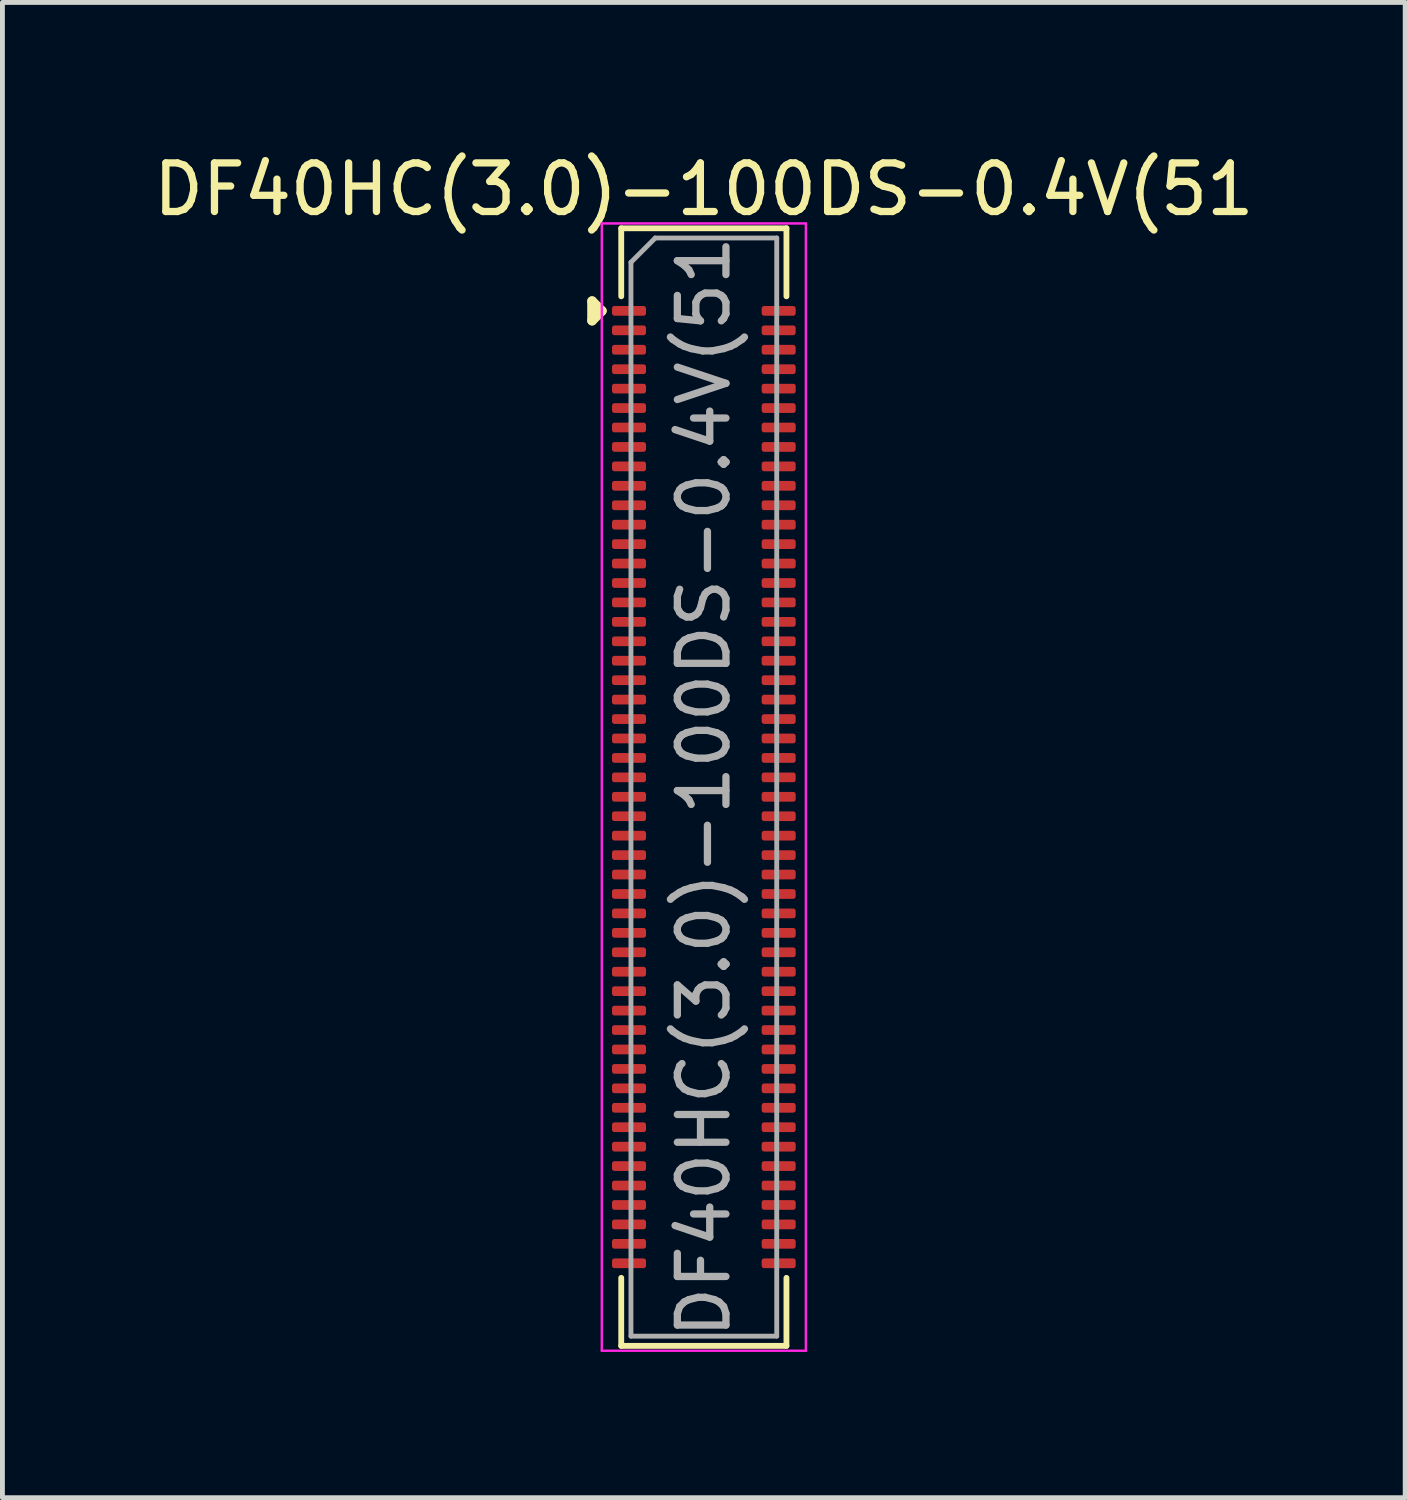
<source format=kicad_pcb>
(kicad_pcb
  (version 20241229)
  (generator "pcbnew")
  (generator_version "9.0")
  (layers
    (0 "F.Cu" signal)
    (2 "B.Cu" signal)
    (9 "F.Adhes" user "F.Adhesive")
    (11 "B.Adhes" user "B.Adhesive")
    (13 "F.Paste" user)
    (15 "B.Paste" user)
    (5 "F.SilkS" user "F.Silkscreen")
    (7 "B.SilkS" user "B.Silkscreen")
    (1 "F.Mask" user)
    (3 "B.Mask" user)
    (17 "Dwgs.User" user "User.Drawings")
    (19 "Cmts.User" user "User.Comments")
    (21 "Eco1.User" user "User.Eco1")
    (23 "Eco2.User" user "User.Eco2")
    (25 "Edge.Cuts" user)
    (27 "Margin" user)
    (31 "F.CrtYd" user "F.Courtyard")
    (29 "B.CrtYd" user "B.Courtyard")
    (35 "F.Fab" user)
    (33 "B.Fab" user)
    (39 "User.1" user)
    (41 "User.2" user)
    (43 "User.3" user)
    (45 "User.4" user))
  (footprint "DF40HC(3.0)-100DS-0.4V(51"
    (layer "F.Cu")
    (at 11.435 13.148)
    (property "Reference" "DF40HC(3.0)-100DS-0.4V(51" (at 0 -12.3 0) (layer "F.SilkS") (effects (font (size 1 1) (thickness 0.15))))
    (attr smd)
    (fp_line (start -2.3 -10) (end -2.1 -9.8) (stroke (width 0.2) (type solid)) (layer "F.SilkS"))
    (fp_line (start -2.3 -9.6) (end -2.3 -10) (stroke (width 0.2) (type solid)) (layer "F.SilkS"))
    (fp_line (start -2.1 -9.8) (end -2.3 -9.6) (stroke (width 0.2) (type solid)) (layer "F.SilkS"))
    (fp_line (start -1.7 -11.5) (end -1.7 -10.1) (stroke (width 0.12) (type solid)) (layer "F.SilkS"))
    (fp_line (start -1.7 -11.5) (end 1.7 -11.5) (stroke (width 0.12) (type solid)) (layer "F.SilkS"))
    (fp_line (start -1.7 10.1) (end -1.7 11.5) (stroke (width 0.12) (type solid)) (layer "F.SilkS"))
    (fp_line (start -1.7 11.5) (end 1.7 11.5) (stroke (width 0.12) (type solid)) (layer "F.SilkS"))
    (fp_line (start 1.7 -11.5) (end 1.7 -10.1) (stroke (width 0.12) (type solid)) (layer "F.SilkS"))
    (fp_line (start 1.7 10.1) (end 1.7 11.5) (stroke (width 0.12) (type solid)) (layer "F.SilkS"))
    (fp_line (start -2.1 -11.6) (end -2.1 11.6) (stroke (width 0.05) (type solid)) (layer "F.CrtYd"))
    (fp_line (start -2.1 11.6) (end 2.1 11.6) (stroke (width 0.05) (type solid)) (layer "F.CrtYd"))
    (fp_line (start 2.1 -11.6) (end -2.1 -11.6) (stroke (width 0.05) (type solid)) (layer "F.CrtYd"))
    (fp_line (start 2.1 11.6) (end 2.1 -11.6) (stroke (width 0.05) (type solid)) (layer "F.CrtYd"))
    (fp_line (start -1.5 -10.8) (end -1 -11.3) (stroke (width 0.1) (type solid)) (layer "F.Fab"))
    (fp_line (start -1.5 11.3) (end -1.5 -10.8) (stroke (width 0.1) (type solid)) (layer "F.Fab"))
    (fp_line (start -1 -11.3) (end 1.5 -11.3) (stroke (width 0.1) (type solid)) (layer "F.Fab"))
    (fp_line (start 1.5 -11.3) (end 1.5 11.3) (stroke (width 0.1) (type solid)) (layer "F.Fab"))
    (fp_line (start 1.5 11.3) (end -1.5 11.3) (stroke (width 0.1) (type solid)) (layer "F.Fab"))
    (fp_text user "${REFERENCE}" (at 0 0 90) (layer "F.Fab") (effects (font (size 1 1) (thickness 0.15))))
    (pad "1" smd roundrect (at -1.54 -9.8) (size 0.7 0.2) (layers "F.Cu" "F.Mask" "F.Paste") (roundrect_rratio 0.25))
    (pad "2" smd roundrect (at 1.54 -9.8) (size 0.7 0.2) (layers "F.Cu" "F.Mask" "F.Paste") (roundrect_rratio 0.25))
    (pad "3" smd roundrect (at -1.54 -9.4) (size 0.7 0.2) (layers "F.Cu" "F.Mask" "F.Paste") (roundrect_rratio 0.25))
    (pad "4" smd roundrect (at 1.54 -9.4) (size 0.7 0.2) (layers "F.Cu" "F.Mask" "F.Paste") (roundrect_rratio 0.25))
    (pad "5" smd roundrect (at -1.54 -9) (size 0.7 0.2) (layers "F.Cu" "F.Mask" "F.Paste") (roundrect_rratio 0.25))
    (pad "6" smd roundrect (at 1.54 -9) (size 0.7 0.2) (layers "F.Cu" "F.Mask" "F.Paste") (roundrect_rratio 0.25))
    (pad "7" smd roundrect (at -1.54 -8.6) (size 0.7 0.2) (layers "F.Cu" "F.Mask" "F.Paste") (roundrect_rratio 0.25))
    (pad "8" smd roundrect (at 1.54 -8.6) (size 0.7 0.2) (layers "F.Cu" "F.Mask" "F.Paste") (roundrect_rratio 0.25))
    (pad "9" smd roundrect (at -1.54 -8.2) (size 0.7 0.2) (layers "F.Cu" "F.Mask" "F.Paste") (roundrect_rratio 0.25))
    (pad "10" smd roundrect (at 1.54 -8.2) (size 0.7 0.2) (layers "F.Cu" "F.Mask" "F.Paste") (roundrect_rratio 0.25))
    (pad "11" smd roundrect (at -1.54 -7.8) (size 0.7 0.2) (layers "F.Cu" "F.Mask" "F.Paste") (roundrect_rratio 0.25))
    (pad "12" smd roundrect (at 1.54 -7.8) (size 0.7 0.2) (layers "F.Cu" "F.Mask" "F.Paste") (roundrect_rratio 0.25))
    (pad "13" smd roundrect (at -1.54 -7.4) (size 0.7 0.2) (layers "F.Cu" "F.Mask" "F.Paste") (roundrect_rratio 0.25))
    (pad "14" smd roundrect (at 1.54 -7.4) (size 0.7 0.2) (layers "F.Cu" "F.Mask" "F.Paste") (roundrect_rratio 0.25))
    (pad "15" smd roundrect (at -1.54 -7) (size 0.7 0.2) (layers "F.Cu" "F.Mask" "F.Paste") (roundrect_rratio 0.25))
    (pad "16" smd roundrect (at 1.54 -7) (size 0.7 0.2) (layers "F.Cu" "F.Mask" "F.Paste") (roundrect_rratio 0.25))
    (pad "17" smd roundrect (at -1.54 -6.6) (size 0.7 0.2) (layers "F.Cu" "F.Mask" "F.Paste") (roundrect_rratio 0.25))
    (pad "18" smd roundrect (at 1.54 -6.6) (size 0.7 0.2) (layers "F.Cu" "F.Mask" "F.Paste") (roundrect_rratio 0.25))
    (pad "19" smd roundrect (at -1.54 -6.2) (size 0.7 0.2) (layers "F.Cu" "F.Mask" "F.Paste") (roundrect_rratio 0.25))
    (pad "20" smd roundrect (at 1.54 -6.2) (size 0.7 0.2) (layers "F.Cu" "F.Mask" "F.Paste") (roundrect_rratio 0.25))
    (pad "21" smd roundrect (at -1.54 -5.8) (size 0.7 0.2) (layers "F.Cu" "F.Mask" "F.Paste") (roundrect_rratio 0.25))
    (pad "22" smd roundrect (at 1.54 -5.8) (size 0.7 0.2) (layers "F.Cu" "F.Mask" "F.Paste") (roundrect_rratio 0.25))
    (pad "23" smd roundrect (at -1.54 -5.4) (size 0.7 0.2) (layers "F.Cu" "F.Mask" "F.Paste") (roundrect_rratio 0.25))
    (pad "24" smd roundrect (at 1.54 -5.4) (size 0.7 0.2) (layers "F.Cu" "F.Mask" "F.Paste") (roundrect_rratio 0.25))
    (pad "25" smd roundrect (at -1.54 -5) (size 0.7 0.2) (layers "F.Cu" "F.Mask" "F.Paste") (roundrect_rratio 0.25))
    (pad "26" smd roundrect (at 1.54 -5) (size 0.7 0.2) (layers "F.Cu" "F.Mask" "F.Paste") (roundrect_rratio 0.25))
    (pad "27" smd roundrect (at -1.54 -4.6) (size 0.7 0.2) (layers "F.Cu" "F.Mask" "F.Paste") (roundrect_rratio 0.25))
    (pad "28" smd roundrect (at 1.54 -4.6) (size 0.7 0.2) (layers "F.Cu" "F.Mask" "F.Paste") (roundrect_rratio 0.25))
    (pad "29" smd roundrect (at -1.54 -4.2) (size 0.7 0.2) (layers "F.Cu" "F.Mask" "F.Paste") (roundrect_rratio 0.25))
    (pad "30" smd roundrect (at 1.54 -4.2) (size 0.7 0.2) (layers "F.Cu" "F.Mask" "F.Paste") (roundrect_rratio 0.25))
    (pad "31" smd roundrect (at -1.54 -3.8) (size 0.7 0.2) (layers "F.Cu" "F.Mask" "F.Paste") (roundrect_rratio 0.25))
    (pad "32" smd roundrect (at 1.54 -3.8) (size 0.7 0.2) (layers "F.Cu" "F.Mask" "F.Paste") (roundrect_rratio 0.25))
    (pad "33" smd roundrect (at -1.54 -3.4) (size 0.7 0.2) (layers "F.Cu" "F.Mask" "F.Paste") (roundrect_rratio 0.25))
    (pad "34" smd roundrect (at 1.54 -3.4) (size 0.7 0.2) (layers "F.Cu" "F.Mask" "F.Paste") (roundrect_rratio 0.25))
    (pad "35" smd roundrect (at -1.54 -3) (size 0.7 0.2) (layers "F.Cu" "F.Mask" "F.Paste") (roundrect_rratio 0.25))
    (pad "36" smd roundrect (at 1.54 -3) (size 0.7 0.2) (layers "F.Cu" "F.Mask" "F.Paste") (roundrect_rratio 0.25))
    (pad "37" smd roundrect (at -1.54 -2.6) (size 0.7 0.2) (layers "F.Cu" "F.Mask" "F.Paste") (roundrect_rratio 0.25))
    (pad "38" smd roundrect (at 1.54 -2.6) (size 0.7 0.2) (layers "F.Cu" "F.Mask" "F.Paste") (roundrect_rratio 0.25))
    (pad "39" smd roundrect (at -1.54 -2.2) (size 0.7 0.2) (layers "F.Cu" "F.Mask" "F.Paste") (roundrect_rratio 0.25))
    (pad "40" smd roundrect (at 1.54 -2.2) (size 0.7 0.2) (layers "F.Cu" "F.Mask" "F.Paste") (roundrect_rratio 0.25))
    (pad "41" smd roundrect (at -1.54 -1.8) (size 0.7 0.2) (layers "F.Cu" "F.Mask" "F.Paste") (roundrect_rratio 0.25))
    (pad "42" smd roundrect (at 1.54 -1.8) (size 0.7 0.2) (layers "F.Cu" "F.Mask" "F.Paste") (roundrect_rratio 0.25))
    (pad "43" smd roundrect (at -1.54 -1.4) (size 0.7 0.2) (layers "F.Cu" "F.Mask" "F.Paste") (roundrect_rratio 0.25))
    (pad "44" smd roundrect (at 1.54 -1.4) (size 0.7 0.2) (layers "F.Cu" "F.Mask" "F.Paste") (roundrect_rratio 0.25))
    (pad "45" smd roundrect (at -1.54 -1) (size 0.7 0.2) (layers "F.Cu" "F.Mask" "F.Paste") (roundrect_rratio 0.25))
    (pad "46" smd roundrect (at 1.54 -1) (size 0.7 0.2) (layers "F.Cu" "F.Mask" "F.Paste") (roundrect_rratio 0.25))
    (pad "47" smd roundrect (at -1.54 -0.6) (size 0.7 0.2) (layers "F.Cu" "F.Mask" "F.Paste") (roundrect_rratio 0.25))
    (pad "48" smd roundrect (at 1.54 -0.6) (size 0.7 0.2) (layers "F.Cu" "F.Mask" "F.Paste") (roundrect_rratio 0.25))
    (pad "49" smd roundrect (at -1.54 -0.2) (size 0.7 0.2) (layers "F.Cu" "F.Mask" "F.Paste") (roundrect_rratio 0.25))
    (pad "50" smd roundrect (at 1.54 -0.2) (size 0.7 0.2) (layers "F.Cu" "F.Mask" "F.Paste") (roundrect_rratio 0.25))
    (pad "51" smd roundrect (at -1.54 0.2) (size 0.7 0.2) (layers "F.Cu" "F.Mask" "F.Paste") (roundrect_rratio 0.25))
    (pad "52" smd roundrect (at 1.54 0.2) (size 0.7 0.2) (layers "F.Cu" "F.Mask" "F.Paste") (roundrect_rratio 0.25))
    (pad "53" smd roundrect (at -1.54 0.6) (size 0.7 0.2) (layers "F.Cu" "F.Mask" "F.Paste") (roundrect_rratio 0.25))
    (pad "54" smd roundrect (at 1.54 0.6) (size 0.7 0.2) (layers "F.Cu" "F.Mask" "F.Paste") (roundrect_rratio 0.25))
    (pad "55" smd roundrect (at -1.54 1) (size 0.7 0.2) (layers "F.Cu" "F.Mask" "F.Paste") (roundrect_rratio 0.25))
    (pad "56" smd roundrect (at 1.54 1) (size 0.7 0.2) (layers "F.Cu" "F.Mask" "F.Paste") (roundrect_rratio 0.25))
    (pad "57" smd roundrect (at -1.54 1.4) (size 0.7 0.2) (layers "F.Cu" "F.Mask" "F.Paste") (roundrect_rratio 0.25))
    (pad "58" smd roundrect (at 1.54 1.4) (size 0.7 0.2) (layers "F.Cu" "F.Mask" "F.Paste") (roundrect_rratio 0.25))
    (pad "59" smd roundrect (at -1.54 1.8) (size 0.7 0.2) (layers "F.Cu" "F.Mask" "F.Paste") (roundrect_rratio 0.25))
    (pad "60" smd roundrect (at 1.54 1.8) (size 0.7 0.2) (layers "F.Cu" "F.Mask" "F.Paste") (roundrect_rratio 0.25))
    (pad "61" smd roundrect (at -1.54 2.2) (size 0.7 0.2) (layers "F.Cu" "F.Mask" "F.Paste") (roundrect_rratio 0.25))
    (pad "62" smd roundrect (at 1.54 2.2) (size 0.7 0.2) (layers "F.Cu" "F.Mask" "F.Paste") (roundrect_rratio 0.25))
    (pad "63" smd roundrect (at -1.54 2.6) (size 0.7 0.2) (layers "F.Cu" "F.Mask" "F.Paste") (roundrect_rratio 0.25))
    (pad "64" smd roundrect (at 1.54 2.6) (size 0.7 0.2) (layers "F.Cu" "F.Mask" "F.Paste") (roundrect_rratio 0.25))
    (pad "65" smd roundrect (at -1.54 3) (size 0.7 0.2) (layers "F.Cu" "F.Mask" "F.Paste") (roundrect_rratio 0.25))
    (pad "66" smd roundrect (at 1.54 3) (size 0.7 0.2) (layers "F.Cu" "F.Mask" "F.Paste") (roundrect_rratio 0.25))
    (pad "67" smd roundrect (at -1.54 3.4) (size 0.7 0.2) (layers "F.Cu" "F.Mask" "F.Paste") (roundrect_rratio 0.25))
    (pad "68" smd roundrect (at 1.54 3.4) (size 0.7 0.2) (layers "F.Cu" "F.Mask" "F.Paste") (roundrect_rratio 0.25))
    (pad "69" smd roundrect (at -1.54 3.8) (size 0.7 0.2) (layers "F.Cu" "F.Mask" "F.Paste") (roundrect_rratio 0.25))
    (pad "70" smd roundrect (at 1.54 3.8) (size 0.7 0.2) (layers "F.Cu" "F.Mask" "F.Paste") (roundrect_rratio 0.25))
    (pad "71" smd roundrect (at -1.54 4.2) (size 0.7 0.2) (layers "F.Cu" "F.Mask" "F.Paste") (roundrect_rratio 0.25))
    (pad "72" smd roundrect (at 1.54 4.2) (size 0.7 0.2) (layers "F.Cu" "F.Mask" "F.Paste") (roundrect_rratio 0.25))
    (pad "73" smd roundrect (at -1.54 4.6) (size 0.7 0.2) (layers "F.Cu" "F.Mask" "F.Paste") (roundrect_rratio 0.25))
    (pad "74" smd roundrect (at 1.54 4.6) (size 0.7 0.2) (layers "F.Cu" "F.Mask" "F.Paste") (roundrect_rratio 0.25))
    (pad "75" smd roundrect (at -1.54 5) (size 0.7 0.2) (layers "F.Cu" "F.Mask" "F.Paste") (roundrect_rratio 0.25))
    (pad "76" smd roundrect (at 1.54 5) (size 0.7 0.2) (layers "F.Cu" "F.Mask" "F.Paste") (roundrect_rratio 0.25))
    (pad "77" smd roundrect (at -1.54 5.4) (size 0.7 0.2) (layers "F.Cu" "F.Mask" "F.Paste") (roundrect_rratio 0.25))
    (pad "78" smd roundrect (at 1.54 5.4) (size 0.7 0.2) (layers "F.Cu" "F.Mask" "F.Paste") (roundrect_rratio 0.25))
    (pad "79" smd roundrect (at -1.54 5.8) (size 0.7 0.2) (layers "F.Cu" "F.Mask" "F.Paste") (roundrect_rratio 0.25))
    (pad "80" smd roundrect (at 1.54 5.8) (size 0.7 0.2) (layers "F.Cu" "F.Mask" "F.Paste") (roundrect_rratio 0.25))
    (pad "81" smd roundrect (at -1.54 6.2) (size 0.7 0.2) (layers "F.Cu" "F.Mask" "F.Paste") (roundrect_rratio 0.25))
    (pad "82" smd roundrect (at 1.54 6.2) (size 0.7 0.2) (layers "F.Cu" "F.Mask" "F.Paste") (roundrect_rratio 0.25))
    (pad "83" smd roundrect (at -1.54 6.6) (size 0.7 0.2) (layers "F.Cu" "F.Mask" "F.Paste") (roundrect_rratio 0.25))
    (pad "84" smd roundrect (at 1.54 6.6) (size 0.7 0.2) (layers "F.Cu" "F.Mask" "F.Paste") (roundrect_rratio 0.25))
    (pad "85" smd roundrect (at -1.54 7) (size 0.7 0.2) (layers "F.Cu" "F.Mask" "F.Paste") (roundrect_rratio 0.25))
    (pad "86" smd roundrect (at 1.54 7) (size 0.7 0.2) (layers "F.Cu" "F.Mask" "F.Paste") (roundrect_rratio 0.25))
    (pad "87" smd roundrect (at -1.54 7.4) (size 0.7 0.2) (layers "F.Cu" "F.Mask" "F.Paste") (roundrect_rratio 0.25))
    (pad "88" smd roundrect (at 1.54 7.4) (size 0.7 0.2) (layers "F.Cu" "F.Mask" "F.Paste") (roundrect_rratio 0.25))
    (pad "89" smd roundrect (at -1.54 7.8) (size 0.7 0.2) (layers "F.Cu" "F.Mask" "F.Paste") (roundrect_rratio 0.25))
    (pad "90" smd roundrect (at 1.54 7.8) (size 0.7 0.2) (layers "F.Cu" "F.Mask" "F.Paste") (roundrect_rratio 0.25))
    (pad "91" smd roundrect (at -1.54 8.2) (size 0.7 0.2) (layers "F.Cu" "F.Mask" "F.Paste") (roundrect_rratio 0.25))
    (pad "92" smd roundrect (at 1.54 8.2) (size 0.7 0.2) (layers "F.Cu" "F.Mask" "F.Paste") (roundrect_rratio 0.25))
    (pad "93" smd roundrect (at -1.54 8.6) (size 0.7 0.2) (layers "F.Cu" "F.Mask" "F.Paste") (roundrect_rratio 0.25))
    (pad "94" smd roundrect (at 1.54 8.6) (size 0.7 0.2) (layers "F.Cu" "F.Mask" "F.Paste") (roundrect_rratio 0.25))
    (pad "95" smd roundrect (at -1.54 9) (size 0.7 0.2) (layers "F.Cu" "F.Mask" "F.Paste") (roundrect_rratio 0.25))
    (pad "96" smd roundrect (at 1.54 9) (size 0.7 0.2) (layers "F.Cu" "F.Mask" "F.Paste") (roundrect_rratio 0.25))
    (pad "97" smd roundrect (at -1.54 9.4) (size 0.7 0.2) (layers "F.Cu" "F.Mask" "F.Paste") (roundrect_rratio 0.25))
    (pad "98" smd roundrect (at 1.54 9.4) (size 0.7 0.2) (layers "F.Cu" "F.Mask" "F.Paste") (roundrect_rratio 0.25))
    (pad "99" smd roundrect (at -1.54 9.8) (size 0.7 0.2) (layers "F.Cu" "F.Mask" "F.Paste") (roundrect_rratio 0.25))
    (pad "100" smd roundrect (at 1.54 9.8) (size 0.7 0.2) (layers "F.Cu" "F.Mask" "F.Paste") (roundrect_rratio 0.25)))
  (gr_rect
    (start -3 -3)
    (end 25.869 27.773)
    (stroke (width 0.1) (type default))
    (fill no)
    (layer "Edge.Cuts")))
</source>
